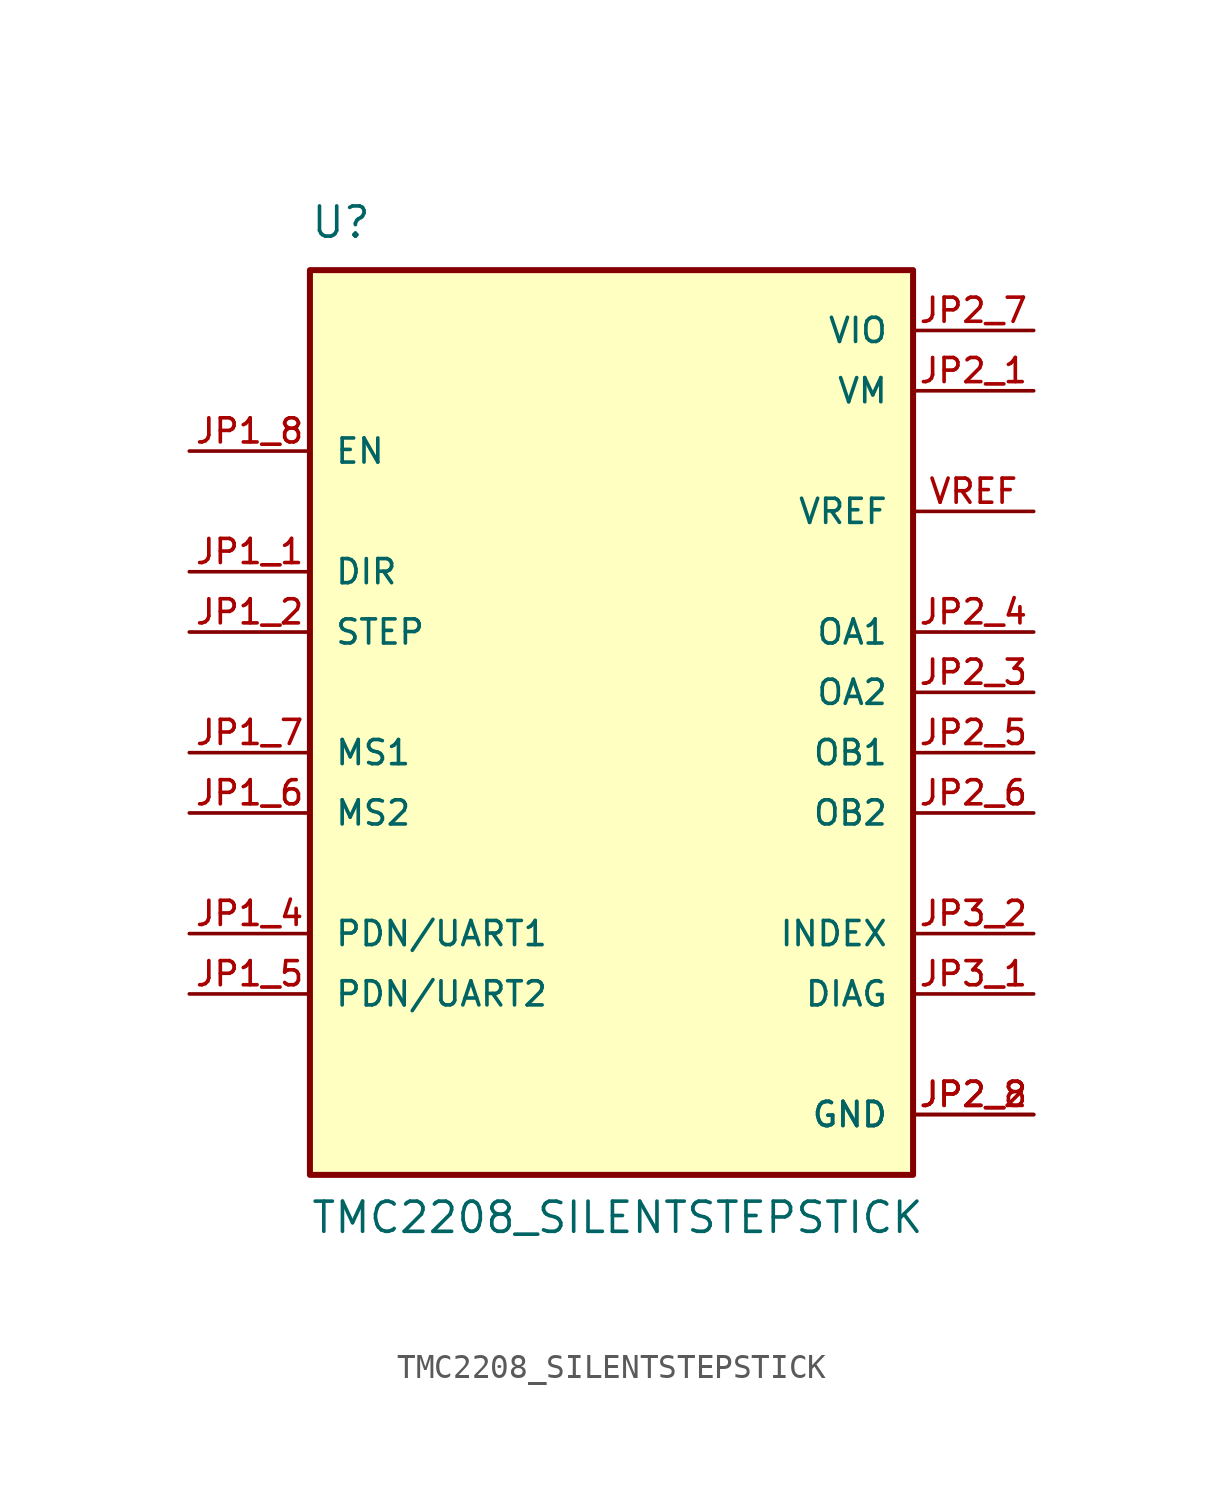
<source format=kicad_sym>
(kicad_symbol_lib
  (version 20211014)
  (generator kicad_symbol_editor)
  (symbol "TMC2208_SILENTSTEPSTICK"
    (pin_names
      (offset 1.016))
    (property "Reference" "U"
      (at -12.7 19.05 0)
      (effects (font (size 1.27 1.27)) (justify bottom left)))
    (property "Value" "TMC2208_SILENTSTEPSTICK"
      (at -12.7 -22.86 0)
      (effects (font (size 1.27 1.27)) (justify bottom left)))
    (symbol "TMC2208_SILENTSTEPSTICK_0_0"
      (rectangle (start -12.7 -20.32) (end 12.7 17.78) (stroke (width 0.254)) (fill (type background)))
      (pin input line (at -17.78 5.08 0) (length 5.08) (name "DIR" (effects (font (size 1.016 1.016)))) (number "JP1_1" (effects (font (size 1.016 1.016)))))
      (pin input line (at -17.78 2.54 0) (length 5.08) (name "STEP" (effects (font (size 1.016 1.016)))) (number "JP1_2" (effects (font (size 1.016 1.016)))))
      (pin bidirectional line (at -17.78 -10.16 0) (length 5.08) (name "PDN/UART1" (effects (font (size 1.016 1.016)))) (number "JP1_4" (effects (font (size 1.016 1.016)))))
      (pin input line (at -17.78 -2.54 0) (length 5.08) (name "MS1" (effects (font (size 1.016 1.016)))) (number "JP1_7" (effects (font (size 1.016 1.016)))))
      (pin input line (at -17.78 -5.08 0) (length 5.08) (name "MS2" (effects (font (size 1.016 1.016)))) (number "JP1_6" (effects (font (size 1.016 1.016)))))
      (pin input line (at -17.78 10.16 0) (length 5.08) (name "EN" (effects (font (size 1.016 1.016)))) (number "JP1_8" (effects (font (size 1.016 1.016)))))
      (pin passive line (at 17.78 7.62 180.0) (length 5.08) (name "VREF" (effects (font (size 1.016 1.016)))) (number "VREF" (effects (font (size 1.016 1.016)))))
      (pin output line (at 17.78 -12.7 180.0) (length 5.08) (name "DIAG" (effects (font (size 1.016 1.016)))) (number "JP3_1" (effects (font (size 1.016 1.016)))))
      (pin output line (at 17.78 -10.16 180.0) (length 5.08) (name "INDEX" (effects (font (size 1.016 1.016)))) (number "JP3_2" (effects (font (size 1.016 1.016)))))
      (pin power_in line (at 17.78 12.7 180.0) (length 5.08) (name "VM" (effects (font (size 1.016 1.016)))) (number "JP2_1" (effects (font (size 1.016 1.016)))))
      (pin power_in line (at 17.78 -17.78 180.0) (length 5.08) (name "GND" (effects (font (size 1.016 1.016)))) (number "JP2_2" (effects (font (size 1.016 1.016)))))
      (pin power_in line (at 17.78 -17.78 180.0) (length 5.08) (name "GND" (effects (font (size 1.016 1.016)))) (number "JP2_8" (effects (font (size 1.016 1.016)))))
      (pin passive line (at 17.78 -5.08 180.0) (length 5.08) (name "OB2" (effects (font (size 1.016 1.016)))) (number "JP2_6" (effects (font (size 1.016 1.016)))))
      (pin passive line (at 17.78 -2.54 180.0) (length 5.08) (name "OB1" (effects (font (size 1.016 1.016)))) (number "JP2_5" (effects (font (size 1.016 1.016)))))
      (pin passive line (at 17.78 0.0 180.0) (length 5.08) (name "OA2" (effects (font (size 1.016 1.016)))) (number "JP2_3" (effects (font (size 1.016 1.016)))))
      (pin passive line (at 17.78 2.54 180.0) (length 5.08) (name "OA1" (effects (font (size 1.016 1.016)))) (number "JP2_4" (effects (font (size 1.016 1.016)))))
      (pin power_in line (at 17.78 15.24 180.0) (length 5.08) (name "VIO" (effects (font (size 1.016 1.016)))) (number "JP2_7" (effects (font (size 1.016 1.016)))))
      (pin bidirectional line (at -17.78 -12.7 0) (length 5.08) (name "PDN/UART2" (effects (font (size 1.016 1.016)))) (number "JP1_5" (effects (font (size 1.016 1.016))))))))
</source>
